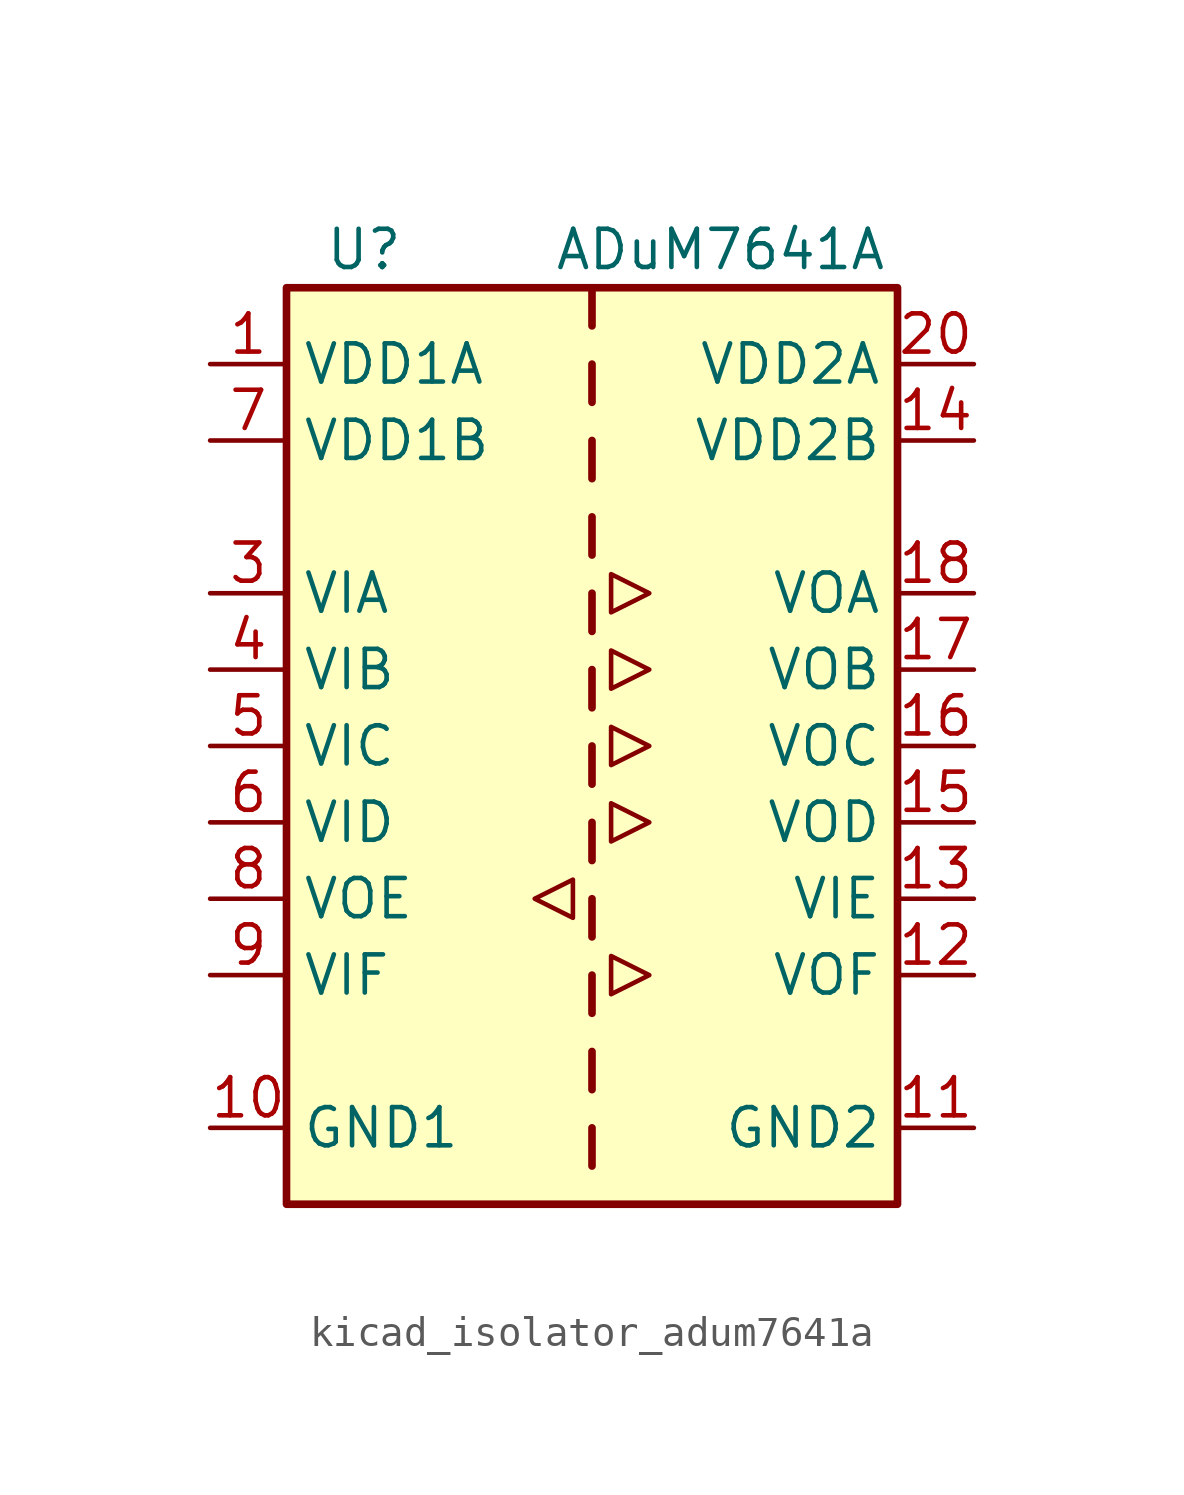
<source format=kicad_sym>
(kicad_symbol_lib
  (version 20220914)
  (generator kicad_symbol_editor)
  (symbol "kicad_isolator_adum7641a"
    (property "Reference" "U"
      (at -8.89 16.51 0)
      (effects (font (size 1.27 1.27)) (justify left)))
    (property "Value" "ADuM7641A"
      (at -1.27 16.51 0)
      (effects (font (size 1.27 1.27)) (justify left)))
    (symbol "kicad_isolator_adum7641a_0_1"
      (polyline (pts (xy -1.905 -5.08) (xy -0.635 -4.445) (xy -0.635 -5.715) (xy -1.905 -5.08)) (stroke (width 0) (type default)) (fill (type none)))
      (polyline (pts (xy 0.635 -6.985) (xy 0.635 -8.255) (xy 1.905 -7.62) (xy 0.635 -6.985)) (stroke (width 0) (type default)) (fill (type none)))
      (polyline (pts (xy 0.635 3.175) (xy 0.635 1.905) (xy 1.905 2.54) (xy 0.635 3.175)) (stroke (width 0) (type default)) (fill (type none)))
      (polyline (pts (xy 0.635 5.715) (xy 0.635 4.445) (xy 1.905 5.08) (xy 0.635 5.715)) (stroke (width 0) (type default)) (fill (type none)))
      (polyline (pts (xy 1.905 -2.54) (xy 0.635 -1.905) (xy 0.635 -3.175) (xy 1.905 -2.54)) (stroke (width 0) (type default)) (fill (type none)))
      (polyline (pts (xy 1.905 0) (xy 0.635 -0.635) (xy 0.635 0.635) (xy 1.905 0)) (stroke (width 0) (type default)) (fill (type none))))
    (symbol "kicad_isolator_adum7641a_1_1"
      (rectangle (start -10.16 15.24) (end 10.16 -15.24) (stroke (width 0.254) (type default)) (fill (type background)))
      (polyline (pts (xy 0 -12.7) (xy 0 -13.97)) (stroke (width 0.254) (type default)) (fill (type none)))
      (polyline (pts (xy 0 -10.16) (xy 0 -11.43)) (stroke (width 0.254) (type default)) (fill (type none)))
      (polyline (pts (xy 0 -7.62) (xy 0 -8.89)) (stroke (width 0.254) (type default)) (fill (type none)))
      (polyline (pts (xy 0 -5.08) (xy 0 -6.35)) (stroke (width 0.254) (type default)) (fill (type none)))
      (polyline (pts (xy 0 -2.54) (xy 0 -3.81)) (stroke (width 0.254) (type default)) (fill (type none)))
      (polyline (pts (xy 0 0) (xy 0 -1.27)) (stroke (width 0.254) (type default)) (fill (type none)))
      (polyline (pts (xy 0 2.54) (xy 0 1.27)) (stroke (width 0.254) (type default)) (fill (type none)))
      (polyline (pts (xy 0 5.08) (xy 0 3.81)) (stroke (width 0.254) (type default)) (fill (type none)))
      (polyline (pts (xy 0 7.62) (xy 0 6.35)) (stroke (width 0.254) (type default)) (fill (type none)))
      (polyline (pts (xy 0 10.16) (xy 0 8.89)) (stroke (width 0.254) (type default)) (fill (type none)))
      (polyline (pts (xy 0 12.7) (xy 0 11.43)) (stroke (width 0.254) (type default)) (fill (type none)))
      (polyline (pts (xy 0 15.24) (xy 0 13.97)) (stroke (width 0.254) (type default)) (fill (type none)))
      (pin power_in line (at -12.7 12.7 0) (length 2.54) (name "VDD1A" (effects (font (size 1.27 1.27)))) (number "1" (effects (font (size 1.27 1.27)))))
      (pin power_in line (at -12.7 -12.7 0) (length 2.54) (name "GND1" (effects (font (size 1.27 1.27)))) (number "10" (effects (font (size 1.27 1.27)))))
      (pin power_in line (at 12.7 -12.7 180) (length 2.54) (name "GND2" (effects (font (size 1.27 1.27)))) (number "11" (effects (font (size 1.27 1.27)))))
      (pin output line (at 12.7 -7.62 180) (length 2.54) (name "VOF" (effects (font (size 1.27 1.27)))) (number "12" (effects (font (size 1.27 1.27)))))
      (pin input line (at 12.7 -5.08 180) (length 2.54) (name "VIE" (effects (font (size 1.27 1.27)))) (number "13" (effects (font (size 1.27 1.27)))))
      (pin power_in line (at 12.7 10.16 180) (length 2.54) (name "VDD2B" (effects (font (size 1.27 1.27)))) (number "14" (effects (font (size 1.27 1.27)))))
      (pin output line (at 12.7 -2.54 180) (length 2.54) (name "VOD" (effects (font (size 1.27 1.27)))) (number "15" (effects (font (size 1.27 1.27)))))
      (pin output line (at 12.7 0 180) (length 2.54) (name "VOC" (effects (font (size 1.27 1.27)))) (number "16" (effects (font (size 1.27 1.27)))))
      (pin output line (at 12.7 2.54 180) (length 2.54) (name "VOB" (effects (font (size 1.27 1.27)))) (number "17" (effects (font (size 1.27 1.27)))))
      (pin output line (at 12.7 5.08 180) (length 2.54) (name "VOA" (effects (font (size 1.27 1.27)))) (number "18" (effects (font (size 1.27 1.27)))))
      (pin passive line (at 12.7 -12.7 180) (length 2.54) hide (name "GND2" (effects (font (size 1.27 1.27)))) (number "19" (effects (font (size 1.27 1.27)))))
      (pin passive line (at -12.7 -12.7 0) (length 2.54) hide (name "GND1" (effects (font (size 1.27 1.27)))) (number "2" (effects (font (size 1.27 1.27)))))
      (pin power_in line (at 12.7 12.7 180) (length 2.54) (name "VDD2A" (effects (font (size 1.27 1.27)))) (number "20" (effects (font (size 1.27 1.27)))))
      (pin input line (at -12.7 5.08 0) (length 2.54) (name "VIA" (effects (font (size 1.27 1.27)))) (number "3" (effects (font (size 1.27 1.27)))))
      (pin input line (at -12.7 2.54 0) (length 2.54) (name "VIB" (effects (font (size 1.27 1.27)))) (number "4" (effects (font (size 1.27 1.27)))))
      (pin input line (at -12.7 0 0) (length 2.54) (name "VIC" (effects (font (size 1.27 1.27)))) (number "5" (effects (font (size 1.27 1.27)))))
      (pin input line (at -12.7 -2.54 0) (length 2.54) (name "VID" (effects (font (size 1.27 1.27)))) (number "6" (effects (font (size 1.27 1.27)))))
      (pin power_in line (at -12.7 10.16 0) (length 2.54) (name "VDD1B" (effects (font (size 1.27 1.27)))) (number "7" (effects (font (size 1.27 1.27)))))
      (pin output line (at -12.7 -5.08 0) (length 2.54) (name "VOE" (effects (font (size 1.27 1.27)))) (number "8" (effects (font (size 1.27 1.27)))))
      (pin input line (at -12.7 -7.62 0) (length 2.54) (name "VIF" (effects (font (size 1.27 1.27)))) (number "9" (effects (font (size 1.27 1.27))))))))
</source>
